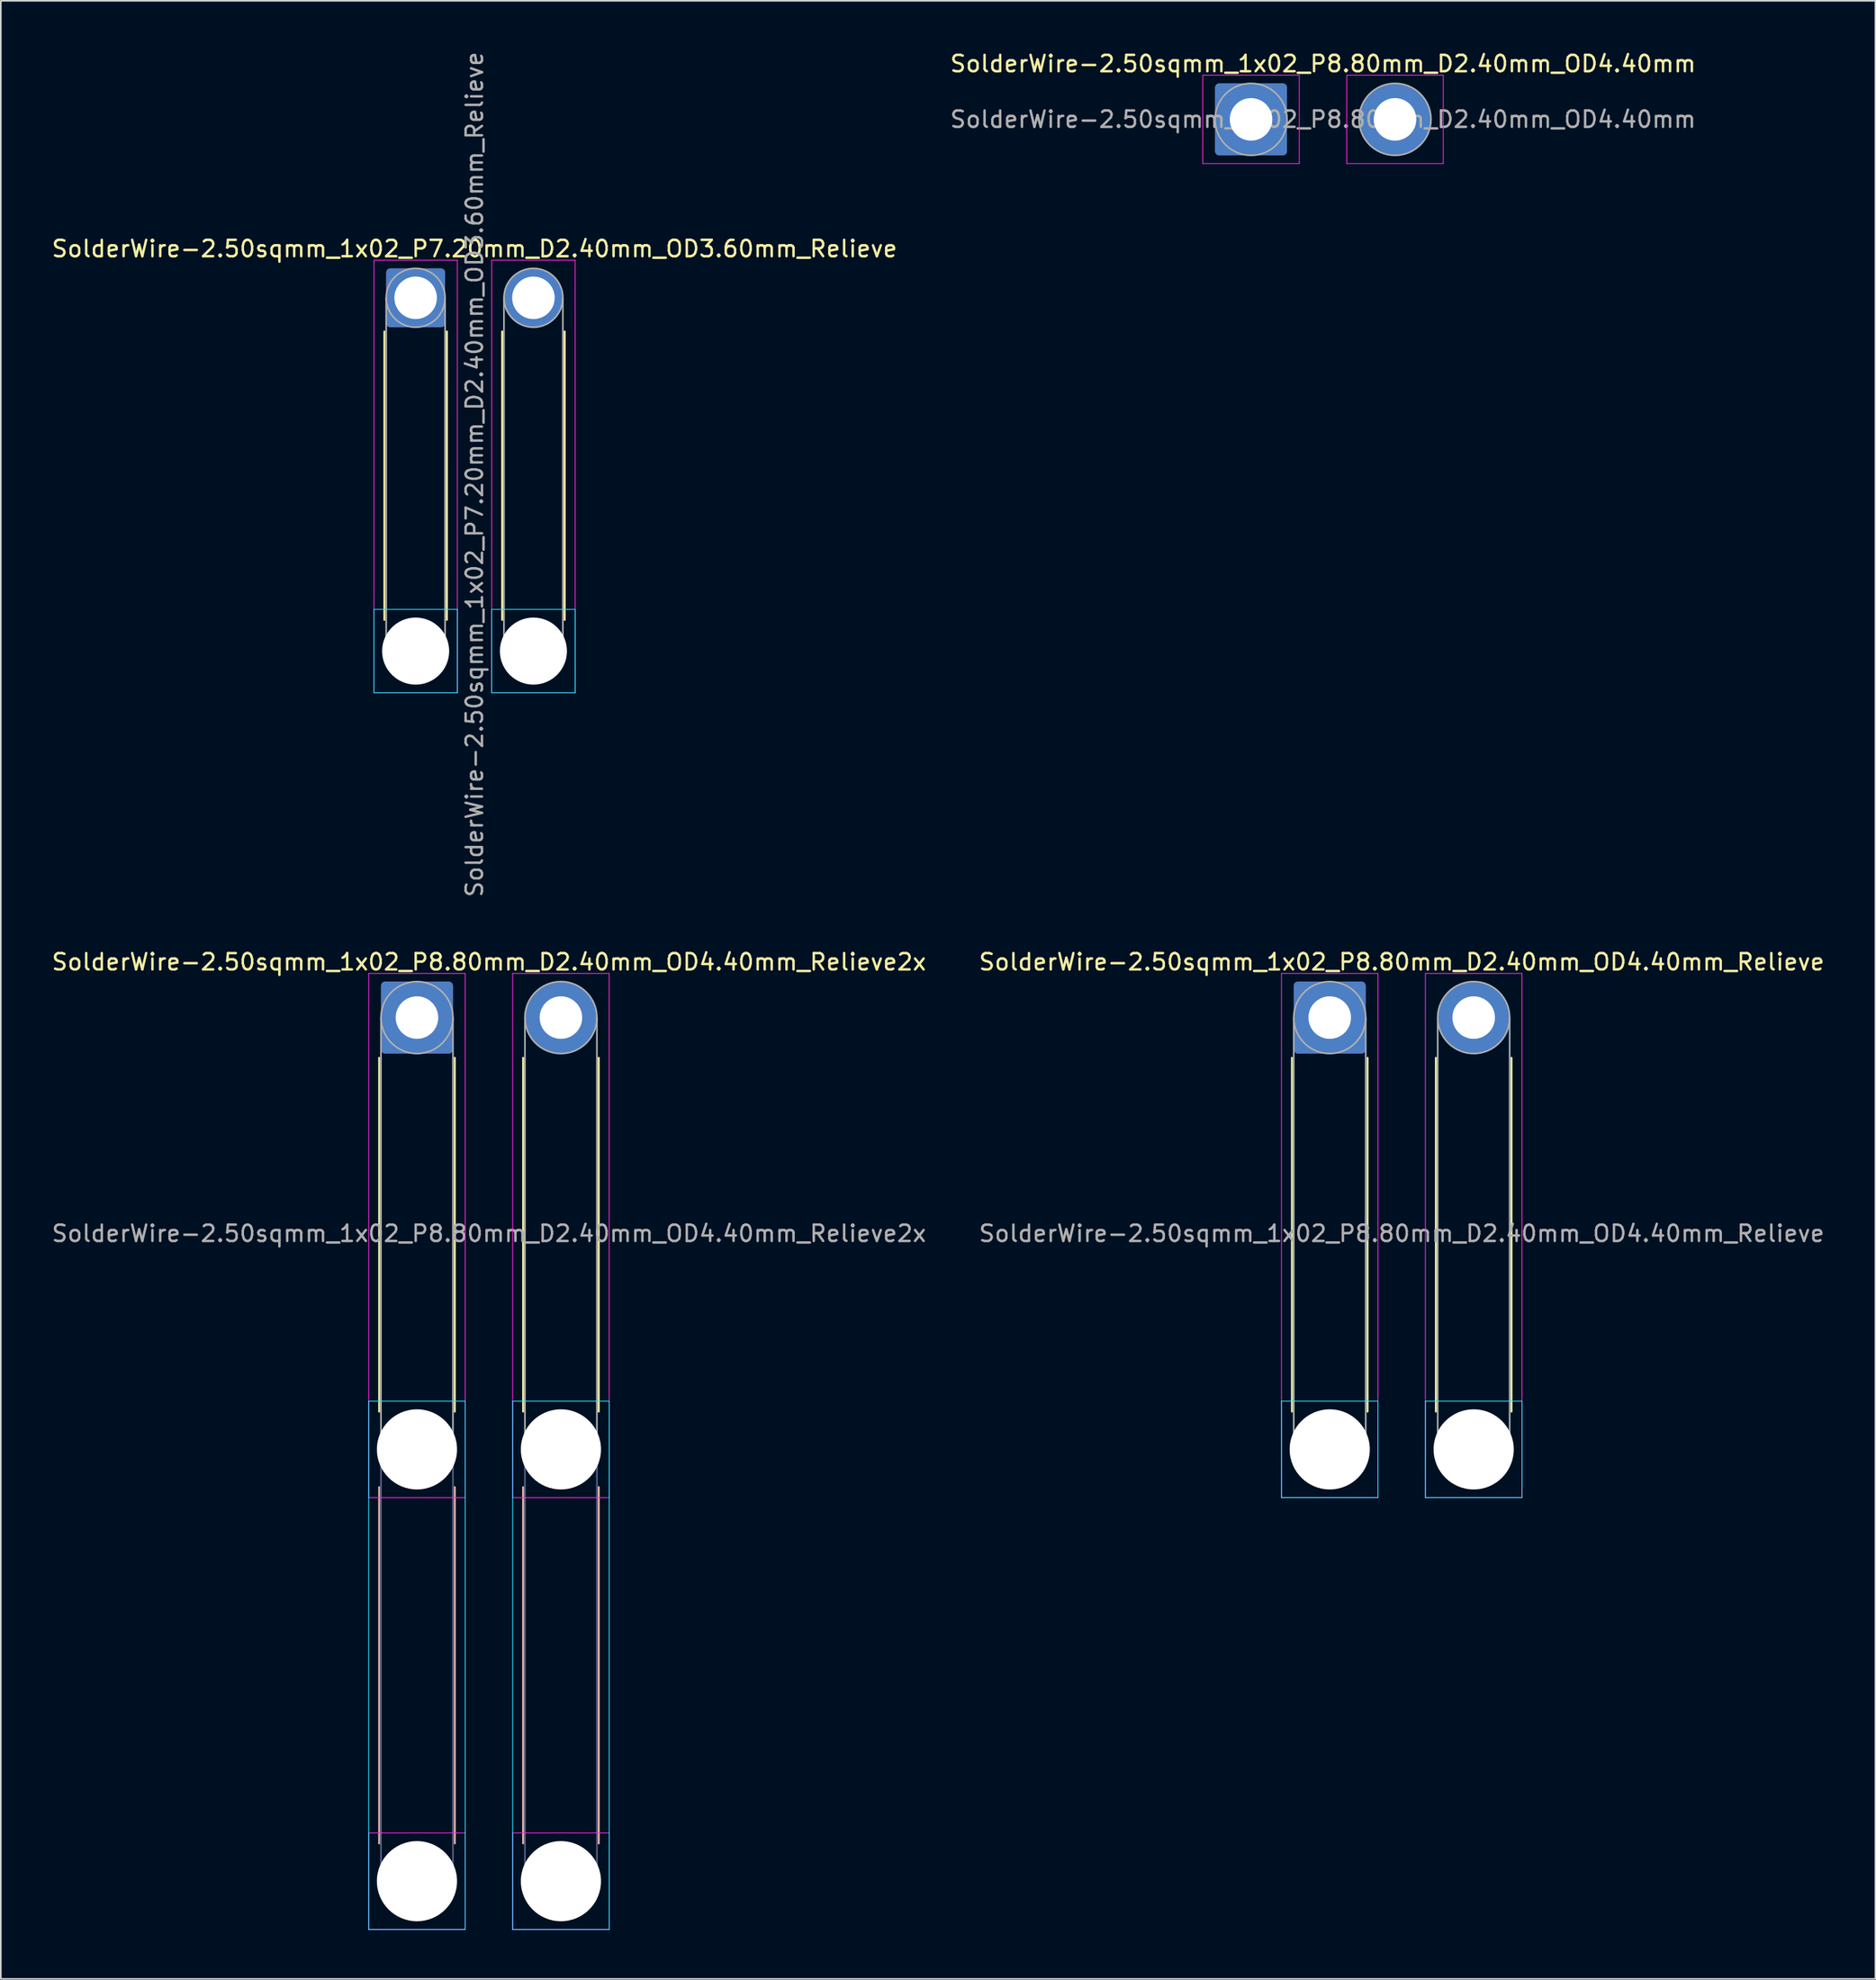
<source format=kicad_pcb>
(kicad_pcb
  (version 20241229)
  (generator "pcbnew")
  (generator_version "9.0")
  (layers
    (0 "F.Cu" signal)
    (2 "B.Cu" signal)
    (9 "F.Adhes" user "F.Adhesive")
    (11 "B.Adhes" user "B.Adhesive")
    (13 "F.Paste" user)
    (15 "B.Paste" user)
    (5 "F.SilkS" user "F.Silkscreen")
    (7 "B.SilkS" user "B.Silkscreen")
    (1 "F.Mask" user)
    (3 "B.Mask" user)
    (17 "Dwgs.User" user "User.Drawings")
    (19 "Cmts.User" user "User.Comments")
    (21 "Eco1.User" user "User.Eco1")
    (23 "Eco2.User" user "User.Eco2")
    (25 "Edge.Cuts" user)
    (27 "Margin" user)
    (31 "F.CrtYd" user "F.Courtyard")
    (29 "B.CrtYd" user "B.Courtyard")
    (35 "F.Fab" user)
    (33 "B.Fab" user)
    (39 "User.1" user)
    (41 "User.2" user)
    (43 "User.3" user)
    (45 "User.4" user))
  (footprint "SolderWire-2.50sqmm_1x02_P7.20mm_D2.40mm_OD3.60mm_Relieve"
    (layer "F.Cu")
    (at 22.358 15.158)
    (property "Reference" "SolderWire-2.50sqmm_1x02_P7.20mm_D2.40mm_OD3.60mm_Relieve" (at 3.6 -3 0) (layer "F.SilkS") (effects (font (size 1 1) (thickness 0.15))))
    (attr exclude_from_pos_files exclude_from_bom)
    (fp_line (start -1.91 2.06) (end -1.91 19.69) (stroke (width 0.12) (type solid)) (layer "F.SilkS"))
    (fp_line (start 1.91 2.06) (end 1.91 19.69) (stroke (width 0.12) (type solid)) (layer "F.SilkS"))
    (fp_line (start 5.29 2.06) (end 5.29 19.69) (stroke (width 0.12) (type solid)) (layer "F.SilkS"))
    (fp_line (start 9.11 2.06) (end 9.11 19.69) (stroke (width 0.12) (type solid)) (layer "F.SilkS"))
    (fp_line (start -2.55 19.05) (end -2.55 24.15) (stroke (width 0.05) (type solid)) (layer "B.CrtYd"))
    (fp_line (start -2.55 24.15) (end 2.55 24.15) (stroke (width 0.05) (type solid)) (layer "B.CrtYd"))
    (fp_line (start 2.55 19.05) (end -2.55 19.05) (stroke (width 0.05) (type solid)) (layer "B.CrtYd"))
    (fp_line (start 2.55 24.15) (end 2.55 19.05) (stroke (width 0.05) (type solid)) (layer "B.CrtYd"))
    (fp_line (start 4.65 19.05) (end 4.65 24.15) (stroke (width 0.05) (type solid)) (layer "B.CrtYd"))
    (fp_line (start 4.65 24.15) (end 9.75 24.15) (stroke (width 0.05) (type solid)) (layer "B.CrtYd"))
    (fp_line (start 9.75 19.05) (end 4.65 19.05) (stroke (width 0.05) (type solid)) (layer "B.CrtYd"))
    (fp_line (start 9.75 24.15) (end 9.75 19.05) (stroke (width 0.05) (type solid)) (layer "B.CrtYd"))
    (fp_line (start -2.55 -2.3) (end -2.55 24.15) (stroke (width 0.05) (type solid)) (layer "F.CrtYd"))
    (fp_line (start -2.55 24.15) (end 2.55 24.15) (stroke (width 0.05) (type solid)) (layer "F.CrtYd"))
    (fp_line (start 2.55 -2.3) (end -2.55 -2.3) (stroke (width 0.05) (type solid)) (layer "F.CrtYd"))
    (fp_line (start 2.55 24.15) (end 2.55 -2.3) (stroke (width 0.05) (type solid)) (layer "F.CrtYd"))
    (fp_line (start 4.65 -2.3) (end 4.65 24.15) (stroke (width 0.05) (type solid)) (layer "F.CrtYd"))
    (fp_line (start 4.65 24.15) (end 9.75 24.15) (stroke (width 0.05) (type solid)) (layer "F.CrtYd"))
    (fp_line (start 9.75 -2.3) (end 4.65 -2.3) (stroke (width 0.05) (type solid)) (layer "F.CrtYd"))
    (fp_line (start 9.75 24.15) (end 9.75 -2.3) (stroke (width 0.05) (type solid)) (layer "F.CrtYd"))
    (fp_line (start -1.8 0) (end -1.8 21.6) (stroke (width 0.1) (type solid)) (layer "F.Fab"))
    (fp_line (start 1.8 0) (end 1.8 21.6) (stroke (width 0.1) (type solid)) (layer "F.Fab"))
    (fp_line (start 5.4 0) (end 5.4 21.6) (stroke (width 0.1) (type solid)) (layer "F.Fab"))
    (fp_line (start 9 0) (end 9 21.6) (stroke (width 0.1) (type solid)) (layer "F.Fab"))
    (fp_circle (center 0 0) (end 1.8 0) (stroke (width 0.1) (type solid)) (fill no) (layer "F.Fab"))
    (fp_circle (center 0 21.6) (end 1.8 21.6) (stroke (width 0.1) (type solid)) (fill no) (layer "F.Fab"))
    (fp_circle (center 7.2 0) (end 9 0) (stroke (width 0.1) (type solid)) (fill no) (layer "F.Fab"))
    (fp_circle (center 7.2 21.6) (end 9 21.6) (stroke (width 0.1) (type solid)) (fill no) (layer "F.Fab"))
    (fp_text user "${REFERENCE}" (at 3.6 10.8 90) (layer "F.Fab") (effects (font (size 1 1) (thickness 0.15))))
    (pad "" np_thru_hole circle (at 0 21.6) (size 4.1 4.1) (drill 4.1) (layers "*.Cu" "*.Mask"))
    (pad "" np_thru_hole circle (at 7.2 21.6) (size 4.1 4.1) (drill 4.1) (layers "*.Cu" "*.Mask"))
    (pad "1" thru_hole roundrect (at 0 0) (size 3.6 3.6) (drill 2.6) (layers "*.Cu" "*.Mask") (roundrect_rratio 0.069))
    (pad "2" thru_hole circle (at 7.2 0) (size 3.6 3.6) (drill 2.6) (layers "*.Cu" "*.Mask")))
  (footprint "SolderWire-2.50sqmm_1x02_P8.80mm_D2.40mm_OD4.40mm_Relieve"
    (layer "F.Cu")
    (at 78.237 59.165)
    (property "Reference" "SolderWire-2.50sqmm_1x02_P8.80mm_D2.40mm_OD4.40mm_Relieve" (at 4.4 -3.4 0) (layer "F.SilkS") (effects (font (size 1 1) (thickness 0.15))))
    (attr exclude_from_pos_files exclude_from_bom)
    (fp_line (start -2.31 2.46) (end -2.31 24.09) (stroke (width 0.12) (type solid)) (layer "F.SilkS"))
    (fp_line (start 2.31 2.46) (end 2.31 24.09) (stroke (width 0.12) (type solid)) (layer "F.SilkS"))
    (fp_line (start 6.49 2.46) (end 6.49 24.09) (stroke (width 0.12) (type solid)) (layer "F.SilkS"))
    (fp_line (start 11.11 2.46) (end 11.11 24.09) (stroke (width 0.12) (type solid)) (layer "F.SilkS"))
    (fp_line (start -2.95 23.45) (end -2.95 29.35) (stroke (width 0.05) (type solid)) (layer "B.CrtYd"))
    (fp_line (start -2.95 29.35) (end 2.95 29.35) (stroke (width 0.05) (type solid)) (layer "B.CrtYd"))
    (fp_line (start 2.95 23.45) (end -2.95 23.45) (stroke (width 0.05) (type solid)) (layer "B.CrtYd"))
    (fp_line (start 2.95 29.35) (end 2.95 23.45) (stroke (width 0.05) (type solid)) (layer "B.CrtYd"))
    (fp_line (start 5.85 23.45) (end 5.85 29.35) (stroke (width 0.05) (type solid)) (layer "B.CrtYd"))
    (fp_line (start 5.85 29.35) (end 11.75 29.35) (stroke (width 0.05) (type solid)) (layer "B.CrtYd"))
    (fp_line (start 11.75 23.45) (end 5.85 23.45) (stroke (width 0.05) (type solid)) (layer "B.CrtYd"))
    (fp_line (start 11.75 29.35) (end 11.75 23.45) (stroke (width 0.05) (type solid)) (layer "B.CrtYd"))
    (fp_line (start -2.95 -2.7) (end -2.95 29.35) (stroke (width 0.05) (type solid)) (layer "F.CrtYd"))
    (fp_line (start -2.95 29.35) (end 2.95 29.35) (stroke (width 0.05) (type solid)) (layer "F.CrtYd"))
    (fp_line (start 2.95 -2.7) (end -2.95 -2.7) (stroke (width 0.05) (type solid)) (layer "F.CrtYd"))
    (fp_line (start 2.95 29.35) (end 2.95 -2.7) (stroke (width 0.05) (type solid)) (layer "F.CrtYd"))
    (fp_line (start 5.85 -2.7) (end 5.85 29.35) (stroke (width 0.05) (type solid)) (layer "F.CrtYd"))
    (fp_line (start 5.85 29.35) (end 11.75 29.35) (stroke (width 0.05) (type solid)) (layer "F.CrtYd"))
    (fp_line (start 11.75 -2.7) (end 5.85 -2.7) (stroke (width 0.05) (type solid)) (layer "F.CrtYd"))
    (fp_line (start 11.75 29.35) (end 11.75 -2.7) (stroke (width 0.05) (type solid)) (layer "F.CrtYd"))
    (fp_line (start -2.2 0) (end -2.2 26.4) (stroke (width 0.1) (type solid)) (layer "F.Fab"))
    (fp_line (start 2.2 0) (end 2.2 26.4) (stroke (width 0.1) (type solid)) (layer "F.Fab"))
    (fp_line (start 6.6 0) (end 6.6 26.4) (stroke (width 0.1) (type solid)) (layer "F.Fab"))
    (fp_line (start 11 0) (end 11 26.4) (stroke (width 0.1) (type solid)) (layer "F.Fab"))
    (fp_circle (center 0 0) (end 2.2 0) (stroke (width 0.1) (type solid)) (fill no) (layer "F.Fab"))
    (fp_circle (center 0 26.4) (end 2.2 26.4) (stroke (width 0.1) (type solid)) (fill no) (layer "F.Fab"))
    (fp_circle (center 8.8 0) (end 11 0) (stroke (width 0.1) (type solid)) (fill no) (layer "F.Fab"))
    (fp_circle (center 8.8 26.4) (end 11 26.4) (stroke (width 0.1) (type solid)) (fill no) (layer "F.Fab"))
    (fp_text user "${REFERENCE}" (at 4.4 13.2 0) (layer "F.Fab") (effects (font (size 1 1) (thickness 0.15))))
    (pad "" np_thru_hole circle (at 0 26.4) (size 4.9 4.9) (drill 4.9) (layers "*.Cu" "*.Mask"))
    (pad "" np_thru_hole circle (at 8.8 26.4) (size 4.9 4.9) (drill 4.9) (layers "*.Cu" "*.Mask"))
    (pad "1" thru_hole roundrect (at 0 0) (size 4.4 4.4) (drill 2.6) (layers "*.Cu" "*.Mask") (roundrect_rratio 0.057))
    (pad "2" thru_hole circle (at 8.8 0) (size 4.4 4.4) (drill 2.6) (layers "*.Cu" "*.Mask")))
  (footprint "SolderWire-2.50sqmm_1x02_P8.80mm_D2.40mm_OD4.40mm_Relieve2x"
    (layer "F.Cu")
    (at 22.439 59.165)
    (property "Reference" "SolderWire-2.50sqmm_1x02_P8.80mm_D2.40mm_OD4.40mm_Relieve2x" (at 4.4 -3.4 0) (layer "F.SilkS") (effects (font (size 1 1) (thickness 0.15))))
    (attr exclude_from_pos_files exclude_from_bom)
    (fp_line (start -2.31 2.46) (end -2.31 24.09) (stroke (width 0.12) (type solid)) (layer "F.SilkS"))
    (fp_line (start 2.31 2.46) (end 2.31 24.09) (stroke (width 0.12) (type solid)) (layer "F.SilkS"))
    (fp_line (start 6.49 2.46) (end 6.49 24.09) (stroke (width 0.12) (type solid)) (layer "F.SilkS"))
    (fp_line (start 11.11 2.46) (end 11.11 24.09) (stroke (width 0.12) (type solid)) (layer "F.SilkS"))
    (fp_line (start -2.31 28.71) (end -2.31 50.49) (stroke (width 0.12) (type solid)) (layer "B.SilkS"))
    (fp_line (start 2.31 28.71) (end 2.31 50.49) (stroke (width 0.12) (type solid)) (layer "B.SilkS"))
    (fp_line (start 6.49 28.71) (end 6.49 50.49) (stroke (width 0.12) (type solid)) (layer "B.SilkS"))
    (fp_line (start 11.11 28.71) (end 11.11 50.49) (stroke (width 0.12) (type solid)) (layer "B.SilkS"))
    (fp_line (start -2.95 23.45) (end -2.95 55.75) (stroke (width 0.05) (type solid)) (layer "B.CrtYd"))
    (fp_line (start -2.95 55.75) (end 2.95 55.75) (stroke (width 0.05) (type solid)) (layer "B.CrtYd"))
    (fp_line (start 2.95 23.45) (end -2.95 23.45) (stroke (width 0.05) (type solid)) (layer "B.CrtYd"))
    (fp_line (start 2.95 55.75) (end 2.95 23.45) (stroke (width 0.05) (type solid)) (layer "B.CrtYd"))
    (fp_line (start 5.85 23.45) (end 5.85 55.75) (stroke (width 0.05) (type solid)) (layer "B.CrtYd"))
    (fp_line (start 5.85 55.75) (end 11.75 55.75) (stroke (width 0.05) (type solid)) (layer "B.CrtYd"))
    (fp_line (start 11.75 23.45) (end 5.85 23.45) (stroke (width 0.05) (type solid)) (layer "B.CrtYd"))
    (fp_line (start 11.75 55.75) (end 11.75 23.45) (stroke (width 0.05) (type solid)) (layer "B.CrtYd"))
    (fp_line (start -2.95 -2.7) (end -2.95 29.35) (stroke (width 0.05) (type solid)) (layer "F.CrtYd"))
    (fp_line (start -2.95 29.35) (end 2.95 29.35) (stroke (width 0.05) (type solid)) (layer "F.CrtYd"))
    (fp_line (start -2.95 49.85) (end -2.95 55.75) (stroke (width 0.05) (type solid)) (layer "F.CrtYd"))
    (fp_line (start -2.95 55.75) (end 2.95 55.75) (stroke (width 0.05) (type solid)) (layer "F.CrtYd"))
    (fp_line (start 2.95 -2.7) (end -2.95 -2.7) (stroke (width 0.05) (type solid)) (layer "F.CrtYd"))
    (fp_line (start 2.95 29.35) (end 2.95 -2.7) (stroke (width 0.05) (type solid)) (layer "F.CrtYd"))
    (fp_line (start 2.95 49.85) (end -2.95 49.85) (stroke (width 0.05) (type solid)) (layer "F.CrtYd"))
    (fp_line (start 2.95 55.75) (end 2.95 49.85) (stroke (width 0.05) (type solid)) (layer "F.CrtYd"))
    (fp_line (start 5.85 -2.7) (end 5.85 29.35) (stroke (width 0.05) (type solid)) (layer "F.CrtYd"))
    (fp_line (start 5.85 29.35) (end 11.75 29.35) (stroke (width 0.05) (type solid)) (layer "F.CrtYd"))
    (fp_line (start 5.85 49.85) (end 5.85 55.75) (stroke (width 0.05) (type solid)) (layer "F.CrtYd"))
    (fp_line (start 5.85 55.75) (end 11.75 55.75) (stroke (width 0.05) (type solid)) (layer "F.CrtYd"))
    (fp_line (start 11.75 -2.7) (end 5.85 -2.7) (stroke (width 0.05) (type solid)) (layer "F.CrtYd"))
    (fp_line (start 11.75 29.35) (end 11.75 -2.7) (stroke (width 0.05) (type solid)) (layer "F.CrtYd"))
    (fp_line (start 11.75 49.85) (end 5.85 49.85) (stroke (width 0.05) (type solid)) (layer "F.CrtYd"))
    (fp_line (start 11.75 55.75) (end 11.75 49.85) (stroke (width 0.05) (type solid)) (layer "F.CrtYd"))
    (fp_line (start -2.2 26.4) (end -2.2 52.8) (stroke (width 0.1) (type solid)) (layer "B.Fab"))
    (fp_line (start 2.2 26.4) (end 2.2 52.8) (stroke (width 0.1) (type solid)) (layer "B.Fab"))
    (fp_line (start 6.6 26.4) (end 6.6 52.8) (stroke (width 0.1) (type solid)) (layer "B.Fab"))
    (fp_line (start 11 26.4) (end 11 52.8) (stroke (width 0.1) (type solid)) (layer "B.Fab"))
    (fp_circle (center 0 26.4) (end 2.2 26.4) (stroke (width 0.1) (type solid)) (fill no) (layer "B.Fab"))
    (fp_circle (center 0 52.8) (end 2.2 52.8) (stroke (width 0.1) (type solid)) (fill no) (layer "B.Fab"))
    (fp_circle (center 8.8 26.4) (end 11 26.4) (stroke (width 0.1) (type solid)) (fill no) (layer "B.Fab"))
    (fp_circle (center 8.8 52.8) (end 11 52.8) (stroke (width 0.1) (type solid)) (fill no) (layer "B.Fab"))
    (fp_line (start -2.2 0) (end -2.2 26.4) (stroke (width 0.1) (type solid)) (layer "F.Fab"))
    (fp_line (start 2.2 0) (end 2.2 26.4) (stroke (width 0.1) (type solid)) (layer "F.Fab"))
    (fp_line (start 6.6 0) (end 6.6 26.4) (stroke (width 0.1) (type solid)) (layer "F.Fab"))
    (fp_line (start 11 0) (end 11 26.4) (stroke (width 0.1) (type solid)) (layer "F.Fab"))
    (fp_circle (center 0 0) (end 2.2 0) (stroke (width 0.1) (type solid)) (fill no) (layer "F.Fab"))
    (fp_circle (center 0 26.4) (end 2.2 26.4) (stroke (width 0.1) (type solid)) (fill no) (layer "F.Fab"))
    (fp_circle (center 0 52.8) (end 2.2 52.8) (stroke (width 0.1) (type solid)) (fill no) (layer "F.Fab"))
    (fp_circle (center 8.8 0) (end 11 0) (stroke (width 0.1) (type solid)) (fill no) (layer "F.Fab"))
    (fp_circle (center 8.8 26.4) (end 11 26.4) (stroke (width 0.1) (type solid)) (fill no) (layer "F.Fab"))
    (fp_circle (center 8.8 52.8) (end 11 52.8) (stroke (width 0.1) (type solid)) (fill no) (layer "F.Fab"))
    (fp_text user "${REFERENCE}" (at 4.4 13.2 0) (layer "F.Fab") (effects (font (size 1 1) (thickness 0.15))))
    (pad "" np_thru_hole circle (at 0 26.4) (size 4.9 4.9) (drill 4.9) (layers "*.Cu" "*.Mask"))
    (pad "" np_thru_hole circle (at 0 52.8) (size 4.9 4.9) (drill 4.9) (layers "*.Cu" "*.Mask"))
    (pad "" np_thru_hole circle (at 8.8 26.4) (size 4.9 4.9) (drill 4.9) (layers "*.Cu" "*.Mask"))
    (pad "" np_thru_hole circle (at 8.8 52.8) (size 4.9 4.9) (drill 4.9) (layers "*.Cu" "*.Mask"))
    (pad "1" thru_hole roundrect (at 0 0) (size 4.4 4.4) (drill 2.6) (layers "*.Cu" "*.Mask") (roundrect_rratio 0.057))
    (pad "2" thru_hole circle (at 8.8 0) (size 4.4 4.4) (drill 2.6) (layers "*.Cu" "*.Mask")))
  (footprint "SolderWire-2.50sqmm_1x02_P8.80mm_D2.40mm_OD4.40mm"
    (layer "F.Cu")
    (at 73.427 4.248)
    (property "Reference" "SolderWire-2.50sqmm_1x02_P8.80mm_D2.40mm_OD4.40mm" (at 4.4 -3.4 0) (layer "F.SilkS") (effects (font (size 1 1) (thickness 0.15))))
    (attr exclude_from_pos_files exclude_from_bom)
    (fp_line (start -2.95 -2.7) (end -2.95 2.7) (stroke (width 0.05) (type solid)) (layer "F.CrtYd"))
    (fp_line (start -2.95 2.7) (end 2.95 2.7) (stroke (width 0.05) (type solid)) (layer "F.CrtYd"))
    (fp_line (start 2.95 -2.7) (end -2.95 -2.7) (stroke (width 0.05) (type solid)) (layer "F.CrtYd"))
    (fp_line (start 2.95 2.7) (end 2.95 -2.7) (stroke (width 0.05) (type solid)) (layer "F.CrtYd"))
    (fp_line (start 5.85 -2.7) (end 5.85 2.7) (stroke (width 0.05) (type solid)) (layer "F.CrtYd"))
    (fp_line (start 5.85 2.7) (end 11.75 2.7) (stroke (width 0.05) (type solid)) (layer "F.CrtYd"))
    (fp_line (start 11.75 -2.7) (end 5.85 -2.7) (stroke (width 0.05) (type solid)) (layer "F.CrtYd"))
    (fp_line (start 11.75 2.7) (end 11.75 -2.7) (stroke (width 0.05) (type solid)) (layer "F.CrtYd"))
    (fp_circle (center 0 0) (end 2.2 0) (stroke (width 0.1) (type solid)) (fill no) (layer "F.Fab"))
    (fp_circle (center 8.8 0) (end 11 0) (stroke (width 0.1) (type solid)) (fill no) (layer "F.Fab"))
    (fp_text user "${REFERENCE}" (at 4.4 0 0) (layer "F.Fab") (effects (font (size 1 1) (thickness 0.15))))
    (pad "1" thru_hole roundrect (at 0 0) (size 4.4 4.4) (drill 2.6) (layers "*.Cu" "*.Mask") (roundrect_rratio 0.057))
    (pad "2" thru_hole circle (at 8.8 0) (size 4.4 4.4) (drill 2.6) (layers "*.Cu" "*.Mask")))
  (gr_rect
    (start -3 -3)
    (end 111.595 117.94)
    (stroke (width 0.1) (type default))
    (fill no)
    (layer "Edge.Cuts")))
</source>
